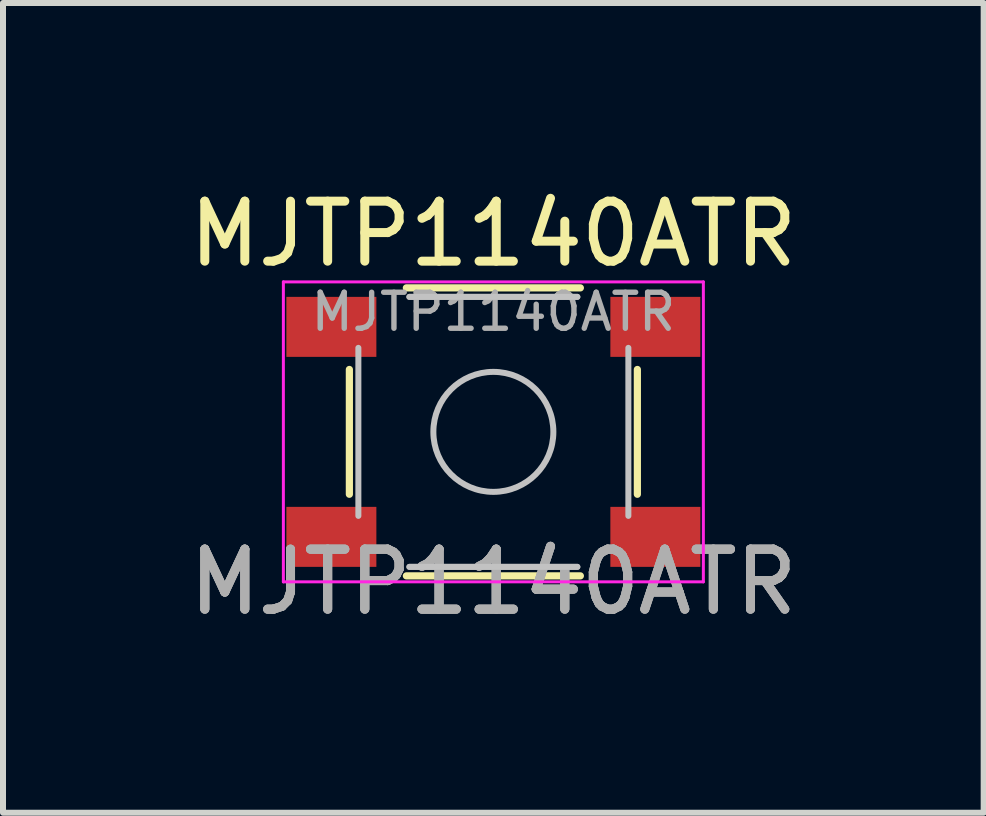
<source format=kicad_pcb>
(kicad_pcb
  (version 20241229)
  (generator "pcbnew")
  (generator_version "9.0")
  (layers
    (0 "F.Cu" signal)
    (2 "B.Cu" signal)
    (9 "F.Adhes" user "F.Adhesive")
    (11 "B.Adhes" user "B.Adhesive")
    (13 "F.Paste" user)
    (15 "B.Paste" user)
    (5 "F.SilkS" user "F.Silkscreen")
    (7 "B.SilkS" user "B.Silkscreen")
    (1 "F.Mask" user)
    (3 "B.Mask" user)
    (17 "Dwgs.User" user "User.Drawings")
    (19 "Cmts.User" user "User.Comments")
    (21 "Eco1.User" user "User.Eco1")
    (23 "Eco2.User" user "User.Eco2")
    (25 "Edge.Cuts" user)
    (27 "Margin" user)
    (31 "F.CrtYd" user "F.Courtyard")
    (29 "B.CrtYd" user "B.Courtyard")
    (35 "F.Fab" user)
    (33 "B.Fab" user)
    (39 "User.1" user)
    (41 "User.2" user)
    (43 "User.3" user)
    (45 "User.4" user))
  (footprint "MJTP1140ATR"
    (layer "F.Cu")
    (at 5.173 4.148)
    (property "Reference" "MJTP1140ATR" (at 0 -3.3 0) (unlocked yes) (layer "F.SilkS") (effects (font (size 1 1) (thickness 0.15))))
    (attr smd)
    (fp_line (start -2.4 1.04) (end -2.4 -1.04) (stroke (width 0.12) (type solid)) (layer "F.SilkS"))
    (fp_line (start -1.45 -2.4) (end 1.45 -2.4) (stroke (width 0.12) (type solid)) (layer "F.SilkS"))
    (fp_line (start -1.45 2.4) (end 1.45 2.4) (stroke (width 0.12) (type solid)) (layer "F.SilkS"))
    (fp_line (start 2.4 1.04) (end 2.4 -1.04) (stroke (width 0.12) (type solid)) (layer "F.SilkS"))
    (fp_line (start -2.25 1.4) (end -2.25 -1.4) (stroke (width 0.1) (type solid)) (layer "Dwgs.User"))
    (fp_line (start -1.4 -2.25) (end 1.4 -2.25) (stroke (width 0.1) (type solid)) (layer "Dwgs.User"))
    (fp_line (start 1.4 2.25) (end -1.4 2.25) (stroke (width 0.1) (type solid)) (layer "Dwgs.User"))
    (fp_line (start 2.25 -1.4) (end 2.25 1.4) (stroke (width 0.1) (type solid)) (layer "Dwgs.User"))
    (fp_circle (center 0 0) (end 1 0) (stroke (width 0.1) (type solid)) (fill no) (layer "Dwgs.User"))
    (fp_line (start -3.5 -2.5) (end -3.5 2.5) (stroke (width 0.05) (type solid)) (layer "F.CrtYd"))
    (fp_line (start -3.5 2.5) (end 3.5 2.5) (stroke (width 0.05) (type solid)) (layer "F.CrtYd"))
    (fp_line (start 3.5 -2.5) (end -3.5 -2.5) (stroke (width 0.05) (type solid)) (layer "F.CrtYd"))
    (fp_line (start 3.5 2.5) (end 3.5 -2.5) (stroke (width 0.05) (type solid)) (layer "F.CrtYd"))
    (fp_line (start -1.4 -2.25) (end 1.4 -2.25) (stroke (width 0.1) (type solid)) (layer "F.Fab"))
    (fp_line (start 1.4 2.25) (end -1.4 2.25) (stroke (width 0.1) (type solid)) (layer "F.Fab"))
    (fp_text user "${REFERENCE}" (at 0 2.5 0) (unlocked yes) (layer "F.Fab") (effects (font (size 1 1) (thickness 0.15))))
    (fp_text user "${REFERENCE}" (at 0 2.5 0) (unlocked yes) (layer "F.Fab") (effects (font (size 1 1) (thickness 0.15))))
    (fp_text user "${REFERENCE}" (at 0 -2 180) (layer "F.Fab") (effects (font (size 0.6 0.6) (thickness 0.09))))
    (fp_text user "${REFERENCE}" (at 0 2.5 0) (unlocked yes) (layer "F.Fab") (effects (font (size 1 1) (thickness 0.15))))
    (pad "1" smd rect (at -2.7 -1.75) (size 1.5 1) (layers "F.Cu" "F.Mask" "F.Paste"))
    (pad "1" smd rect (at 2.7 -1.75) (size 1.5 1) (layers "F.Cu" "F.Mask" "F.Paste"))
    (pad "2" smd rect (at -2.7 1.75) (size 1.5 1) (layers "F.Cu" "F.Mask" "F.Paste"))
    (pad "2" smd rect (at 2.7 1.75) (size 1.5 1) (layers "F.Cu" "F.Mask" "F.Paste")))
  (gr_rect
    (start -3 -3)
    (end 13.345 10.496)
    (stroke (width 0.1) (type default))
    (fill no)
    (layer "Edge.Cuts")))
</source>
